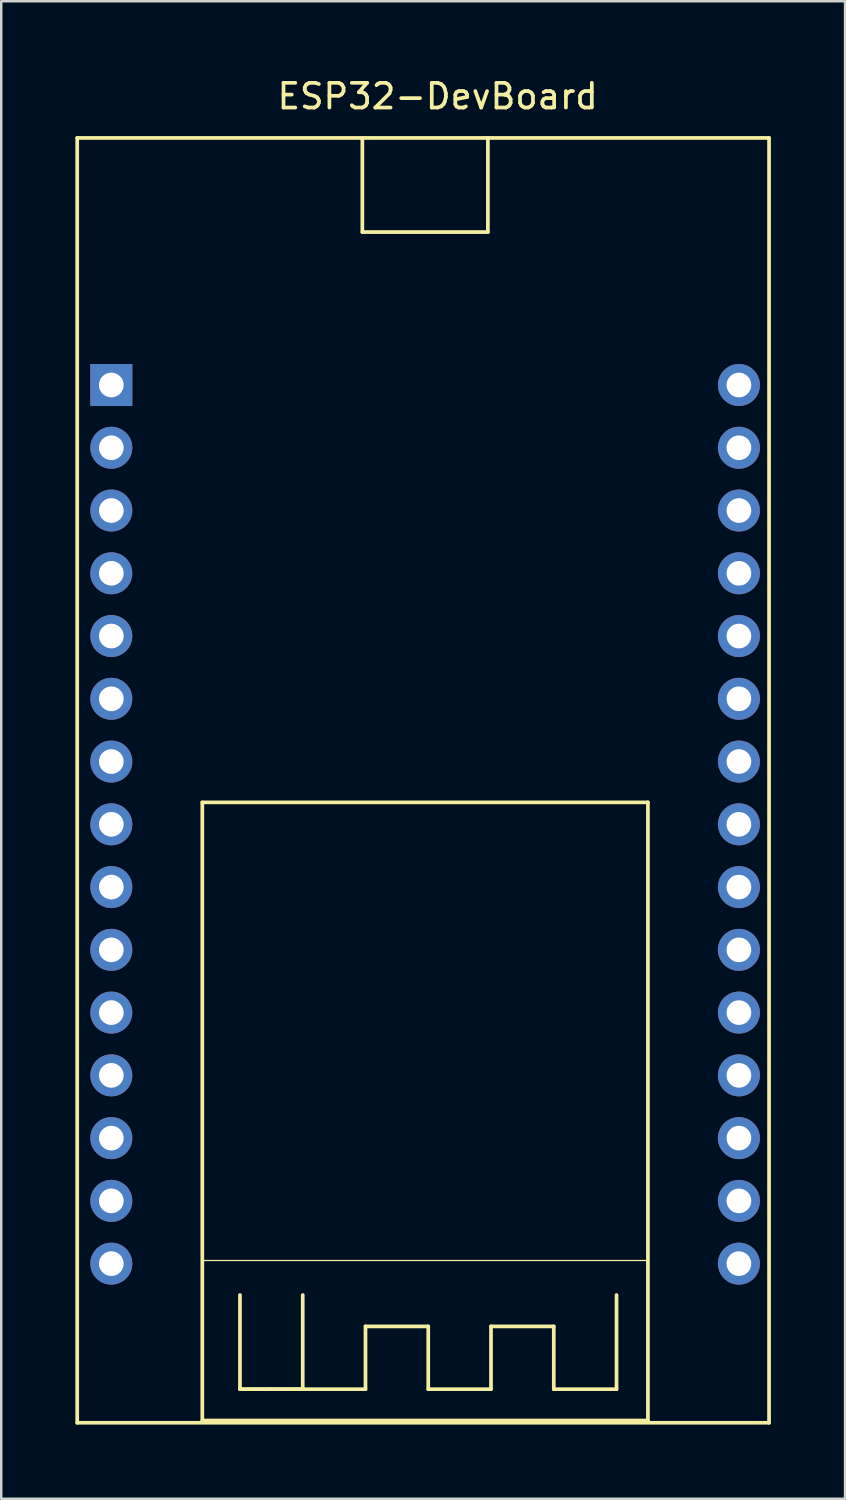
<source format=kicad_pcb>
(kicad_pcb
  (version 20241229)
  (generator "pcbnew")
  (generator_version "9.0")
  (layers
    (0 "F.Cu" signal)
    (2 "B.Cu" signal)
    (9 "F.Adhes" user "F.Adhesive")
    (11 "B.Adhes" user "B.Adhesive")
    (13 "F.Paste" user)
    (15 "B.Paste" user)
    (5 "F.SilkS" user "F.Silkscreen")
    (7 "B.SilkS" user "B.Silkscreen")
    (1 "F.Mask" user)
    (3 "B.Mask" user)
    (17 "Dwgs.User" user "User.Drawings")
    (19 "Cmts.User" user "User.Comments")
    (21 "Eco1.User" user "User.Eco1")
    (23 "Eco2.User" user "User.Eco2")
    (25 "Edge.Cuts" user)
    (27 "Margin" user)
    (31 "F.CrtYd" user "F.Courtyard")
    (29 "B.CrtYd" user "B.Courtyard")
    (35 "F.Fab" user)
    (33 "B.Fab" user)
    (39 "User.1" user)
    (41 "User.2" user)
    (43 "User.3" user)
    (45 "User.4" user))
  (footprint "ESP32-DevBoard"
    (layer "F.Cu")
    (at 9.075 25.232)
    (property "Reference" "ESP32-DevBoard" (at 5.588 -24.384 0) (layer "F.SilkS") (effects (font (size 1 1) (thickness 0.15))))
    (attr through_hole)
    (fp_line (start -9 -22.7) (end 19 -22.7) (stroke (width 0.15) (type solid)) (layer "F.SilkS"))
    (fp_line (start -9 29.3) (end -9 -22.7) (stroke (width 0.15) (type solid)) (layer "F.SilkS"))
    (fp_line (start -3.937 4.191) (end -3.937 29.21) (stroke (width 0.15) (type solid)) (layer "F.SilkS"))
    (fp_line (start -3.937 29.21) (end 14.097 29.21) (stroke (width 0.15) (type solid)) (layer "F.SilkS"))
    (fp_line (start -2.413 27.94) (end -2.413 24.13) (stroke (width 0.15) (type solid)) (layer "F.SilkS"))
    (fp_line (start -1.143 27.94) (end -2.413 27.94) (stroke (width 0.15) (type solid)) (layer "F.SilkS"))
    (fp_line (start 0.127 27.94) (end -2.413 27.94) (stroke (width 0.15) (type solid)) (layer "F.SilkS"))
    (fp_line (start 0.127 27.94) (end -1.143 27.94) (stroke (width 0.15) (type solid)) (layer "F.SilkS"))
    (fp_line (start 0.127 27.94) (end 0.127 24.13) (stroke (width 0.15) (type solid)) (layer "F.SilkS"))
    (fp_line (start 2.54 -18.89) (end 2.54 -22.7) (stroke (width 0.15) (type solid)) (layer "F.SilkS"))
    (fp_line (start 2.54 -18.89) (end 7.62 -18.89) (stroke (width 0.15) (type solid)) (layer "F.SilkS"))
    (fp_line (start 2.667 25.4) (end 2.667 27.94) (stroke (width 0.15) (type solid)) (layer "F.SilkS"))
    (fp_line (start 2.667 27.94) (end 0.127 27.94) (stroke (width 0.15) (type solid)) (layer "F.SilkS"))
    (fp_line (start 5.207 25.4) (end 2.667 25.4) (stroke (width 0.15) (type solid)) (layer "F.SilkS"))
    (fp_line (start 5.207 27.94) (end 5.207 25.4) (stroke (width 0.15) (type solid)) (layer "F.SilkS"))
    (fp_line (start 7.62 -18.89) (end 7.62 -22.7) (stroke (width 0.15) (type solid)) (layer "F.SilkS"))
    (fp_line (start 7.747 25.4) (end 7.747 27.94) (stroke (width 0.15) (type solid)) (layer "F.SilkS"))
    (fp_line (start 7.747 27.94) (end 5.207 27.94) (stroke (width 0.15) (type solid)) (layer "F.SilkS"))
    (fp_line (start 10.287 25.4) (end 7.747 25.4) (stroke (width 0.15) (type solid)) (layer "F.SilkS"))
    (fp_line (start 10.287 27.94) (end 10.287 25.4) (stroke (width 0.15) (type solid)) (layer "F.SilkS"))
    (fp_line (start 12.827 24.13) (end 12.827 27.94) (stroke (width 0.15) (type solid)) (layer "F.SilkS"))
    (fp_line (start 12.827 27.94) (end 10.287 27.94) (stroke (width 0.15) (type solid)) (layer "F.SilkS"))
    (fp_line (start 14.097 4.191) (end -3.937 4.191) (stroke (width 0.15) (type solid)) (layer "F.SilkS"))
    (fp_line (start 14.097 22.733) (end -3.937 22.733) (stroke (width 0.05) (type solid)) (layer "F.SilkS"))
    (fp_line (start 14.097 29.21) (end 14.097 4.191) (stroke (width 0.15) (type solid)) (layer "F.SilkS"))
    (fp_line (start 19 -22.7) (end 19 29.3) (stroke (width 0.15) (type solid)) (layer "F.SilkS"))
    (fp_line (start 19 29.3) (end -9 29.3) (stroke (width 0.15) (type solid)) (layer "F.SilkS"))
    (pad "1" thru_hole rect (at -7.62 -12.7) (size 1.7 1.7) (drill 1) (layers "*.Cu" "*.Mask"))
    (pad "2" thru_hole circle (at -7.62 -10.16) (size 1.7 1.7) (drill 1) (layers "*.Cu" "*.Mask"))
    (pad "3" thru_hole circle (at -7.62 -7.62) (size 1.7 1.7) (drill 1) (layers "*.Cu" "*.Mask"))
    (pad "4" thru_hole circle (at -7.62 -5.08) (size 1.7 1.7) (drill 1) (layers "*.Cu" "*.Mask"))
    (pad "5" thru_hole circle (at -7.62 -2.54) (size 1.7 1.7) (drill 1) (layers "*.Cu" "*.Mask"))
    (pad "6" thru_hole circle (at -7.62 0) (size 1.7 1.7) (drill 1) (layers "*.Cu" "*.Mask"))
    (pad "7" thru_hole circle (at -7.62 2.54) (size 1.7 1.7) (drill 1) (layers "*.Cu" "*.Mask"))
    (pad "8" thru_hole circle (at -7.62 5.08) (size 1.7 1.7) (drill 1) (layers "*.Cu" "*.Mask"))
    (pad "9" thru_hole circle (at -7.62 7.62) (size 1.7 1.7) (drill 1) (layers "*.Cu" "*.Mask"))
    (pad "10" thru_hole circle (at -7.62 10.16) (size 1.7 1.7) (drill 1) (layers "*.Cu" "*.Mask"))
    (pad "11" thru_hole circle (at -7.62 12.7) (size 1.7 1.7) (drill 1) (layers "*.Cu" "*.Mask"))
    (pad "12" thru_hole circle (at -7.62 15.24) (size 1.7 1.7) (drill 1) (layers "*.Cu" "*.Mask"))
    (pad "13" thru_hole circle (at -7.62 17.78) (size 1.7 1.7) (drill 1) (layers "*.Cu" "*.Mask"))
    (pad "14" thru_hole circle (at -7.62 20.32) (size 1.7 1.7) (drill 1) (layers "*.Cu" "*.Mask"))
    (pad "15" thru_hole circle (at -7.62 22.86) (size 1.7 1.7) (drill 1) (layers "*.Cu" "*.Mask"))
    (pad "16" thru_hole circle (at 17.78 22.86) (size 1.7 1.7) (drill 1) (layers "*.Cu" "*.Mask"))
    (pad "17" thru_hole circle (at 17.78 20.32) (size 1.7 1.7) (drill 1) (layers "*.Cu" "*.Mask"))
    (pad "18" thru_hole circle (at 17.78 17.78) (size 1.7 1.7) (drill 1) (layers "*.Cu" "*.Mask"))
    (pad "19" thru_hole circle (at 17.78 15.24) (size 1.7 1.7) (drill 1) (layers "*.Cu" "*.Mask"))
    (pad "20" thru_hole circle (at 17.78 12.7) (size 1.7 1.7) (drill 1) (layers "*.Cu" "*.Mask"))
    (pad "21" thru_hole circle (at 17.78 10.16) (size 1.7 1.7) (drill 1) (layers "*.Cu" "*.Mask"))
    (pad "22" thru_hole circle (at 17.78 7.62) (size 1.7 1.7) (drill 1) (layers "*.Cu" "*.Mask"))
    (pad "23" thru_hole circle (at 17.78 5.08) (size 1.7 1.7) (drill 1) (layers "*.Cu" "*.Mask"))
    (pad "24" thru_hole circle (at 17.78 2.54) (size 1.7 1.7) (drill 1) (layers "*.Cu" "*.Mask"))
    (pad "25" thru_hole circle (at 17.78 0) (size 1.7 1.7) (drill 1) (layers "*.Cu" "*.Mask"))
    (pad "26" thru_hole circle (at 17.78 -2.54) (size 1.7 1.7) (drill 1) (layers "*.Cu" "*.Mask"))
    (pad "27" thru_hole circle (at 17.78 -5.08) (size 1.7 1.7) (drill 1) (layers "*.Cu" "*.Mask"))
    (pad "28" thru_hole circle (at 17.78 -7.62) (size 1.7 1.7) (drill 1) (layers "*.Cu" "*.Mask"))
    (pad "29" thru_hole circle (at 17.78 -10.16) (size 1.7 1.7) (drill 1) (layers "*.Cu" "*.Mask"))
    (pad "30" thru_hole circle (at 17.78 -12.7) (size 1.7 1.7) (drill 1) (layers "*.Cu" "*.Mask")))
  (gr_rect
    (start -3 -3)
    (end 31.15 57.607)
    (stroke (width 0.1) (type default))
    (fill no)
    (layer "Edge.Cuts")))
</source>
